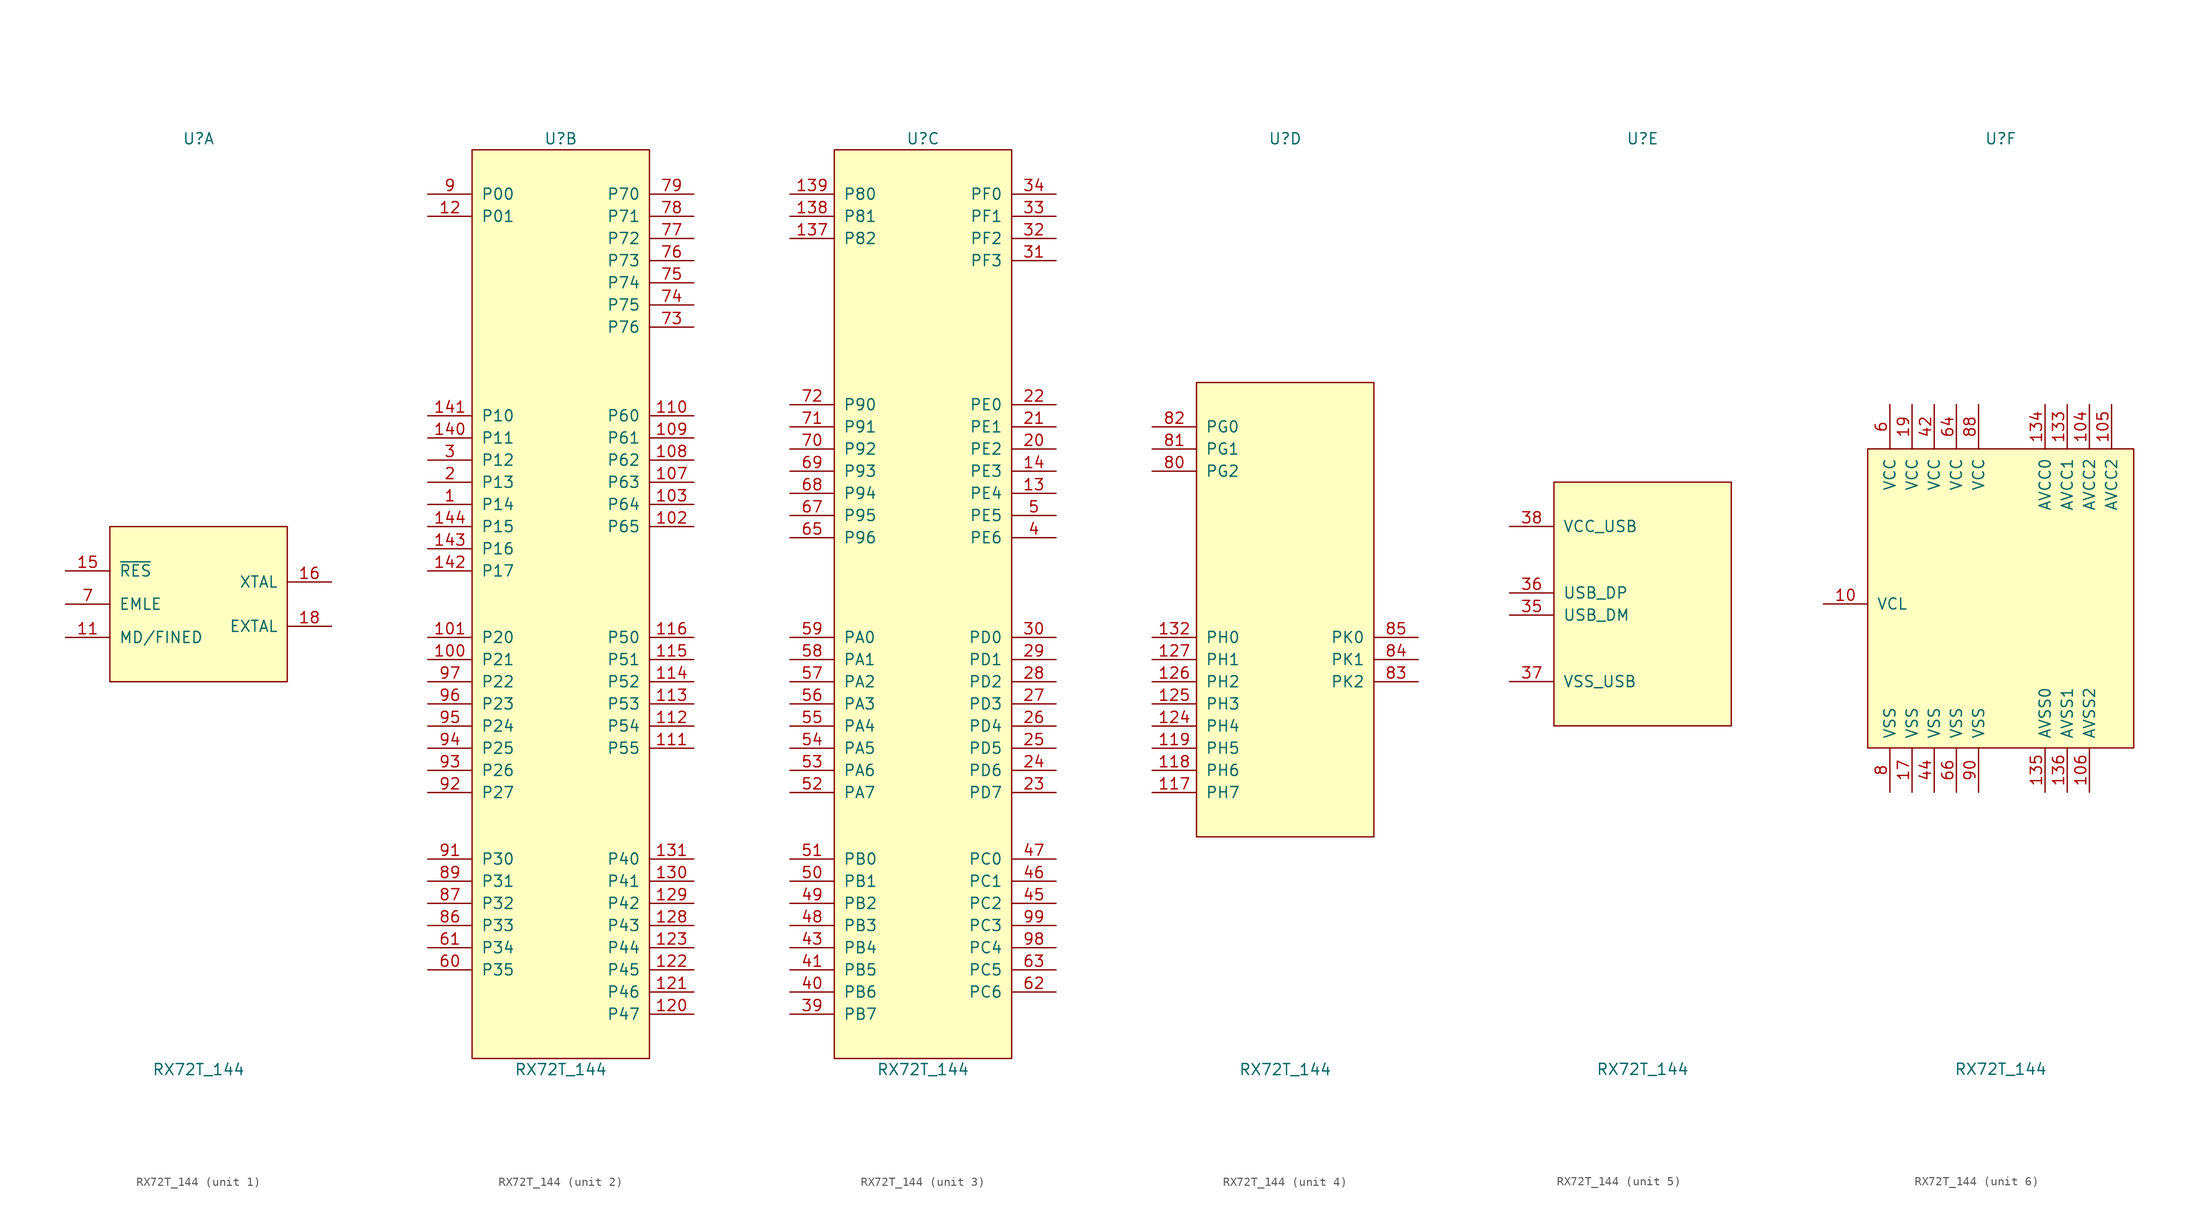
<source format=kicad_sym>
(kicad_symbol_lib
  (version 20211014)
  (generator kicad_symbol_editor)
  (symbol "RX72T_144"
    (pin_names
      (offset 1.016))
    (property "Reference" "U"
      (at 0 53.34 0)
      (effects (font (size 1.27 1.27))))
    (property "Value" "RX72T_144"
      (at 0 -53.34 0)
      (effects (font (size 1.27 1.27))))
    (property "ki_locked" ""
      (at 0 0 0)
      (effects (font (size 1.27 1.27))))
    (symbol "RX72T_144_1_1"
      (rectangle (start -10.16 8.89) (end 10.16 -8.89) (stroke (width 0) (type default) (color 0 0 0 0)) (fill (type background)))
      (pin bidirectional line (at -15.24 -3.81 0) (length 5.08) (name "MD/FINED" (effects (font (size 1.27 1.27)))) (number "11" (effects (font (size 1.27 1.27)))))
      (pin input line (at -15.24 3.81 0) (length 5.08) (name "~{RES}" (effects (font (size 1.27 1.27)))) (number "15" (effects (font (size 1.27 1.27)))))
      (pin passive line (at 15.24 2.54 180) (length 5.08) (name "XTAL" (effects (font (size 1.27 1.27)))) (number "16" (effects (font (size 1.27 1.27)))))
      (pin passive line (at 15.24 -2.54 180) (length 5.08) (name "EXTAL" (effects (font (size 1.27 1.27)))) (number "18" (effects (font (size 1.27 1.27)))))
      (pin bidirectional line (at -15.24 0 0) (length 5.08) (name "EMLE" (effects (font (size 1.27 1.27)))) (number "7" (effects (font (size 1.27 1.27))))))
    (symbol "RX72T_144_2_1"
      (rectangle (start -10.16 52.07) (end 10.16 -52.07) (stroke (width 0) (type default) (color 0 0 0 0)) (fill (type background)))
      (pin bidirectional line (at -15.24 11.43 0) (length 5.08) (name "P14" (effects (font (size 1.27 1.27)))) (number "1" (effects (font (size 1.27 1.27)))))
      (pin bidirectional line (at -15.24 -6.35 0) (length 5.08) (name "P21" (effects (font (size 1.27 1.27)))) (number "100" (effects (font (size 1.27 1.27)))))
      (pin bidirectional line (at -15.24 -3.81 0) (length 5.08) (name "P20" (effects (font (size 1.27 1.27)))) (number "101" (effects (font (size 1.27 1.27)))))
      (pin bidirectional line (at 15.24 8.89 180) (length 5.08) (name "P65" (effects (font (size 1.27 1.27)))) (number "102" (effects (font (size 1.27 1.27)))))
      (pin bidirectional line (at 15.24 11.43 180) (length 5.08) (name "P64" (effects (font (size 1.27 1.27)))) (number "103" (effects (font (size 1.27 1.27)))))
      (pin bidirectional line (at 15.24 13.97 180) (length 5.08) (name "P63" (effects (font (size 1.27 1.27)))) (number "107" (effects (font (size 1.27 1.27)))))
      (pin bidirectional line (at 15.24 16.51 180) (length 5.08) (name "P62" (effects (font (size 1.27 1.27)))) (number "108" (effects (font (size 1.27 1.27)))))
      (pin bidirectional line (at 15.24 19.05 180) (length 5.08) (name "P61" (effects (font (size 1.27 1.27)))) (number "109" (effects (font (size 1.27 1.27)))))
      (pin bidirectional line (at 15.24 21.59 180) (length 5.08) (name "P60" (effects (font (size 1.27 1.27)))) (number "110" (effects (font (size 1.27 1.27)))))
      (pin bidirectional line (at 15.24 -16.51 180) (length 5.08) (name "P55" (effects (font (size 1.27 1.27)))) (number "111" (effects (font (size 1.27 1.27)))))
      (pin bidirectional line (at 15.24 -13.97 180) (length 5.08) (name "P54" (effects (font (size 1.27 1.27)))) (number "112" (effects (font (size 1.27 1.27)))))
      (pin bidirectional line (at 15.24 -11.43 180) (length 5.08) (name "P53" (effects (font (size 1.27 1.27)))) (number "113" (effects (font (size 1.27 1.27)))))
      (pin bidirectional line (at 15.24 -8.89 180) (length 5.08) (name "P52" (effects (font (size 1.27 1.27)))) (number "114" (effects (font (size 1.27 1.27)))))
      (pin bidirectional line (at 15.24 -6.35 180) (length 5.08) (name "P51" (effects (font (size 1.27 1.27)))) (number "115" (effects (font (size 1.27 1.27)))))
      (pin bidirectional line (at 15.24 -3.81 180) (length 5.08) (name "P50" (effects (font (size 1.27 1.27)))) (number "116" (effects (font (size 1.27 1.27)))))
      (pin bidirectional line (at -15.24 44.45 0) (length 5.08) (name "P01" (effects (font (size 1.27 1.27)))) (number "12" (effects (font (size 1.27 1.27)))))
      (pin bidirectional line (at 15.24 -46.99 180) (length 5.08) (name "P47" (effects (font (size 1.27 1.27)))) (number "120" (effects (font (size 1.27 1.27)))))
      (pin bidirectional line (at 15.24 -44.45 180) (length 5.08) (name "P46" (effects (font (size 1.27 1.27)))) (number "121" (effects (font (size 1.27 1.27)))))
      (pin bidirectional line (at 15.24 -41.91 180) (length 5.08) (name "P45" (effects (font (size 1.27 1.27)))) (number "122" (effects (font (size 1.27 1.27)))))
      (pin bidirectional line (at 15.24 -39.37 180) (length 5.08) (name "P44" (effects (font (size 1.27 1.27)))) (number "123" (effects (font (size 1.27 1.27)))))
      (pin bidirectional line (at 15.24 -36.83 180) (length 5.08) (name "P43" (effects (font (size 1.27 1.27)))) (number "128" (effects (font (size 1.27 1.27)))))
      (pin bidirectional line (at 15.24 -34.29 180) (length 5.08) (name "P42" (effects (font (size 1.27 1.27)))) (number "129" (effects (font (size 1.27 1.27)))))
      (pin bidirectional line (at 15.24 -31.75 180) (length 5.08) (name "P41" (effects (font (size 1.27 1.27)))) (number "130" (effects (font (size 1.27 1.27)))))
      (pin bidirectional line (at 15.24 -29.21 180) (length 5.08) (name "P40" (effects (font (size 1.27 1.27)))) (number "131" (effects (font (size 1.27 1.27)))))
      (pin bidirectional line (at -15.24 19.05 0) (length 5.08) (name "P11" (effects (font (size 1.27 1.27)))) (number "140" (effects (font (size 1.27 1.27)))))
      (pin bidirectional line (at -15.24 21.59 0) (length 5.08) (name "P10" (effects (font (size 1.27 1.27)))) (number "141" (effects (font (size 1.27 1.27)))))
      (pin bidirectional line (at -15.24 3.81 0) (length 5.08) (name "P17" (effects (font (size 1.27 1.27)))) (number "142" (effects (font (size 1.27 1.27)))))
      (pin bidirectional line (at -15.24 6.35 0) (length 5.08) (name "P16" (effects (font (size 1.27 1.27)))) (number "143" (effects (font (size 1.27 1.27)))))
      (pin bidirectional line (at -15.24 8.89 0) (length 5.08) (name "P15" (effects (font (size 1.27 1.27)))) (number "144" (effects (font (size 1.27 1.27)))))
      (pin bidirectional line (at -15.24 13.97 0) (length 5.08) (name "P13" (effects (font (size 1.27 1.27)))) (number "2" (effects (font (size 1.27 1.27)))))
      (pin bidirectional line (at -15.24 16.51 0) (length 5.08) (name "P12" (effects (font (size 1.27 1.27)))) (number "3" (effects (font (size 1.27 1.27)))))
      (pin bidirectional line (at -15.24 -41.91 0) (length 5.08) (name "P35" (effects (font (size 1.27 1.27)))) (number "60" (effects (font (size 1.27 1.27)))))
      (pin bidirectional line (at -15.24 -39.37 0) (length 5.08) (name "P34" (effects (font (size 1.27 1.27)))) (number "61" (effects (font (size 1.27 1.27)))))
      (pin bidirectional line (at 15.24 31.75 180) (length 5.08) (name "P76" (effects (font (size 1.27 1.27)))) (number "73" (effects (font (size 1.27 1.27)))))
      (pin bidirectional line (at 15.24 34.29 180) (length 5.08) (name "P75" (effects (font (size 1.27 1.27)))) (number "74" (effects (font (size 1.27 1.27)))))
      (pin bidirectional line (at 15.24 36.83 180) (length 5.08) (name "P74" (effects (font (size 1.27 1.27)))) (number "75" (effects (font (size 1.27 1.27)))))
      (pin bidirectional line (at 15.24 39.37 180) (length 5.08) (name "P73" (effects (font (size 1.27 1.27)))) (number "76" (effects (font (size 1.27 1.27)))))
      (pin bidirectional line (at 15.24 41.91 180) (length 5.08) (name "P72" (effects (font (size 1.27 1.27)))) (number "77" (effects (font (size 1.27 1.27)))))
      (pin bidirectional line (at 15.24 44.45 180) (length 5.08) (name "P71" (effects (font (size 1.27 1.27)))) (number "78" (effects (font (size 1.27 1.27)))))
      (pin bidirectional line (at 15.24 46.99 180) (length 5.08) (name "P70" (effects (font (size 1.27 1.27)))) (number "79" (effects (font (size 1.27 1.27)))))
      (pin bidirectional line (at -15.24 -36.83 0) (length 5.08) (name "P33" (effects (font (size 1.27 1.27)))) (number "86" (effects (font (size 1.27 1.27)))))
      (pin bidirectional line (at -15.24 -34.29 0) (length 5.08) (name "P32" (effects (font (size 1.27 1.27)))) (number "87" (effects (font (size 1.27 1.27)))))
      (pin bidirectional line (at -15.24 -31.75 0) (length 5.08) (name "P31" (effects (font (size 1.27 1.27)))) (number "89" (effects (font (size 1.27 1.27)))))
      (pin bidirectional line (at -15.24 46.99 0) (length 5.08) (name "P00" (effects (font (size 1.27 1.27)))) (number "9" (effects (font (size 1.27 1.27)))))
      (pin bidirectional line (at -15.24 -29.21 0) (length 5.08) (name "P30" (effects (font (size 1.27 1.27)))) (number "91" (effects (font (size 1.27 1.27)))))
      (pin bidirectional line (at -15.24 -21.59 0) (length 5.08) (name "P27" (effects (font (size 1.27 1.27)))) (number "92" (effects (font (size 1.27 1.27)))))
      (pin bidirectional line (at -15.24 -19.05 0) (length 5.08) (name "P26" (effects (font (size 1.27 1.27)))) (number "93" (effects (font (size 1.27 1.27)))))
      (pin bidirectional line (at -15.24 -16.51 0) (length 5.08) (name "P25" (effects (font (size 1.27 1.27)))) (number "94" (effects (font (size 1.27 1.27)))))
      (pin bidirectional line (at -15.24 -13.97 0) (length 5.08) (name "P24" (effects (font (size 1.27 1.27)))) (number "95" (effects (font (size 1.27 1.27)))))
      (pin bidirectional line (at -15.24 -11.43 0) (length 5.08) (name "P23" (effects (font (size 1.27 1.27)))) (number "96" (effects (font (size 1.27 1.27)))))
      (pin bidirectional line (at -15.24 -8.89 0) (length 5.08) (name "P22" (effects (font (size 1.27 1.27)))) (number "97" (effects (font (size 1.27 1.27))))))
    (symbol "RX72T_144_3_1"
      (rectangle (start -10.16 52.07) (end 10.16 -52.07) (stroke (width 0) (type default) (color 0 0 0 0)) (fill (type background)))
      (pin bidirectional line (at 15.24 12.7 180) (length 5.08) (name "PE4" (effects (font (size 1.27 1.27)))) (number "13" (effects (font (size 1.27 1.27)))))
      (pin bidirectional line (at -15.24 41.91 0) (length 5.08) (name "P82" (effects (font (size 1.27 1.27)))) (number "137" (effects (font (size 1.27 1.27)))))
      (pin bidirectional line (at -15.24 44.45 0) (length 5.08) (name "P81" (effects (font (size 1.27 1.27)))) (number "138" (effects (font (size 1.27 1.27)))))
      (pin bidirectional line (at -15.24 46.99 0) (length 5.08) (name "P80" (effects (font (size 1.27 1.27)))) (number "139" (effects (font (size 1.27 1.27)))))
      (pin bidirectional line (at 15.24 15.24 180) (length 5.08) (name "PE3" (effects (font (size 1.27 1.27)))) (number "14" (effects (font (size 1.27 1.27)))))
      (pin bidirectional line (at 15.24 17.78 180) (length 5.08) (name "PE2" (effects (font (size 1.27 1.27)))) (number "20" (effects (font (size 1.27 1.27)))))
      (pin bidirectional line (at 15.24 20.32 180) (length 5.08) (name "PE1" (effects (font (size 1.27 1.27)))) (number "21" (effects (font (size 1.27 1.27)))))
      (pin bidirectional line (at 15.24 22.86 180) (length 5.08) (name "PE0" (effects (font (size 1.27 1.27)))) (number "22" (effects (font (size 1.27 1.27)))))
      (pin bidirectional line (at 15.24 -21.59 180) (length 5.08) (name "PD7" (effects (font (size 1.27 1.27)))) (number "23" (effects (font (size 1.27 1.27)))))
      (pin bidirectional line (at 15.24 -19.05 180) (length 5.08) (name "PD6" (effects (font (size 1.27 1.27)))) (number "24" (effects (font (size 1.27 1.27)))))
      (pin bidirectional line (at 15.24 -16.51 180) (length 5.08) (name "PD5" (effects (font (size 1.27 1.27)))) (number "25" (effects (font (size 1.27 1.27)))))
      (pin bidirectional line (at 15.24 -13.97 180) (length 5.08) (name "PD4" (effects (font (size 1.27 1.27)))) (number "26" (effects (font (size 1.27 1.27)))))
      (pin bidirectional line (at 15.24 -11.43 180) (length 5.08) (name "PD3" (effects (font (size 1.27 1.27)))) (number "27" (effects (font (size 1.27 1.27)))))
      (pin bidirectional line (at 15.24 -8.89 180) (length 5.08) (name "PD2" (effects (font (size 1.27 1.27)))) (number "28" (effects (font (size 1.27 1.27)))))
      (pin bidirectional line (at 15.24 -6.35 180) (length 5.08) (name "PD1" (effects (font (size 1.27 1.27)))) (number "29" (effects (font (size 1.27 1.27)))))
      (pin bidirectional line (at 15.24 -3.81 180) (length 5.08) (name "PD0" (effects (font (size 1.27 1.27)))) (number "30" (effects (font (size 1.27 1.27)))))
      (pin bidirectional line (at 15.24 39.37 180) (length 5.08) (name "PF3" (effects (font (size 1.27 1.27)))) (number "31" (effects (font (size 1.27 1.27)))))
      (pin bidirectional line (at 15.24 41.91 180) (length 5.08) (name "PF2" (effects (font (size 1.27 1.27)))) (number "32" (effects (font (size 1.27 1.27)))))
      (pin bidirectional line (at 15.24 44.45 180) (length 5.08) (name "PF1" (effects (font (size 1.27 1.27)))) (number "33" (effects (font (size 1.27 1.27)))))
      (pin bidirectional line (at 15.24 46.99 180) (length 5.08) (name "PF0" (effects (font (size 1.27 1.27)))) (number "34" (effects (font (size 1.27 1.27)))))
      (pin bidirectional line (at -15.24 -46.99 0) (length 5.08) (name "PB7" (effects (font (size 1.27 1.27)))) (number "39" (effects (font (size 1.27 1.27)))))
      (pin bidirectional line (at 15.24 7.62 180) (length 5.08) (name "PE6" (effects (font (size 1.27 1.27)))) (number "4" (effects (font (size 1.27 1.27)))))
      (pin bidirectional line (at -15.24 -44.45 0) (length 5.08) (name "PB6" (effects (font (size 1.27 1.27)))) (number "40" (effects (font (size 1.27 1.27)))))
      (pin bidirectional line (at -15.24 -41.91 0) (length 5.08) (name "PB5" (effects (font (size 1.27 1.27)))) (number "41" (effects (font (size 1.27 1.27)))))
      (pin bidirectional line (at -15.24 -39.37 0) (length 5.08) (name "PB4" (effects (font (size 1.27 1.27)))) (number "43" (effects (font (size 1.27 1.27)))))
      (pin bidirectional line (at 15.24 -34.29 180) (length 5.08) (name "PC2" (effects (font (size 1.27 1.27)))) (number "45" (effects (font (size 1.27 1.27)))))
      (pin bidirectional line (at 15.24 -31.75 180) (length 5.08) (name "PC1" (effects (font (size 1.27 1.27)))) (number "46" (effects (font (size 1.27 1.27)))))
      (pin bidirectional line (at 15.24 -29.21 180) (length 5.08) (name "PC0" (effects (font (size 1.27 1.27)))) (number "47" (effects (font (size 1.27 1.27)))))
      (pin bidirectional line (at -15.24 -36.83 0) (length 5.08) (name "PB3" (effects (font (size 1.27 1.27)))) (number "48" (effects (font (size 1.27 1.27)))))
      (pin bidirectional line (at -15.24 -34.29 0) (length 5.08) (name "PB2" (effects (font (size 1.27 1.27)))) (number "49" (effects (font (size 1.27 1.27)))))
      (pin bidirectional line (at 15.24 10.16 180) (length 5.08) (name "PE5" (effects (font (size 1.27 1.27)))) (number "5" (effects (font (size 1.27 1.27)))))
      (pin bidirectional line (at -15.24 -31.75 0) (length 5.08) (name "PB1" (effects (font (size 1.27 1.27)))) (number "50" (effects (font (size 1.27 1.27)))))
      (pin bidirectional line (at -15.24 -29.21 0) (length 5.08) (name "PB0" (effects (font (size 1.27 1.27)))) (number "51" (effects (font (size 1.27 1.27)))))
      (pin bidirectional line (at -15.24 -21.59 0) (length 5.08) (name "PA7" (effects (font (size 1.27 1.27)))) (number "52" (effects (font (size 1.27 1.27)))))
      (pin bidirectional line (at -15.24 -19.05 0) (length 5.08) (name "PA6" (effects (font (size 1.27 1.27)))) (number "53" (effects (font (size 1.27 1.27)))))
      (pin bidirectional line (at -15.24 -16.51 0) (length 5.08) (name "PA5" (effects (font (size 1.27 1.27)))) (number "54" (effects (font (size 1.27 1.27)))))
      (pin bidirectional line (at -15.24 -13.97 0) (length 5.08) (name "PA4" (effects (font (size 1.27 1.27)))) (number "55" (effects (font (size 1.27 1.27)))))
      (pin bidirectional line (at -15.24 -11.43 0) (length 5.08) (name "PA3" (effects (font (size 1.27 1.27)))) (number "56" (effects (font (size 1.27 1.27)))))
      (pin bidirectional line (at -15.24 -8.89 0) (length 5.08) (name "PA2" (effects (font (size 1.27 1.27)))) (number "57" (effects (font (size 1.27 1.27)))))
      (pin bidirectional line (at -15.24 -6.35 0) (length 5.08) (name "PA1" (effects (font (size 1.27 1.27)))) (number "58" (effects (font (size 1.27 1.27)))))
      (pin bidirectional line (at -15.24 -3.81 0) (length 5.08) (name "PA0" (effects (font (size 1.27 1.27)))) (number "59" (effects (font (size 1.27 1.27)))))
      (pin bidirectional line (at 15.24 -44.45 180) (length 5.08) (name "PC6" (effects (font (size 1.27 1.27)))) (number "62" (effects (font (size 1.27 1.27)))))
      (pin bidirectional line (at 15.24 -41.91 180) (length 5.08) (name "PC5" (effects (font (size 1.27 1.27)))) (number "63" (effects (font (size 1.27 1.27)))))
      (pin bidirectional line (at -15.24 7.62 0) (length 5.08) (name "P96" (effects (font (size 1.27 1.27)))) (number "65" (effects (font (size 1.27 1.27)))))
      (pin bidirectional line (at -15.24 10.16 0) (length 5.08) (name "P95" (effects (font (size 1.27 1.27)))) (number "67" (effects (font (size 1.27 1.27)))))
      (pin bidirectional line (at -15.24 12.7 0) (length 5.08) (name "P94" (effects (font (size 1.27 1.27)))) (number "68" (effects (font (size 1.27 1.27)))))
      (pin bidirectional line (at -15.24 15.24 0) (length 5.08) (name "P93" (effects (font (size 1.27 1.27)))) (number "69" (effects (font (size 1.27 1.27)))))
      (pin bidirectional line (at -15.24 17.78 0) (length 5.08) (name "P92" (effects (font (size 1.27 1.27)))) (number "70" (effects (font (size 1.27 1.27)))))
      (pin bidirectional line (at -15.24 20.32 0) (length 5.08) (name "P91" (effects (font (size 1.27 1.27)))) (number "71" (effects (font (size 1.27 1.27)))))
      (pin bidirectional line (at -15.24 22.86 0) (length 5.08) (name "P90" (effects (font (size 1.27 1.27)))) (number "72" (effects (font (size 1.27 1.27)))))
      (pin bidirectional line (at 15.24 -39.37 180) (length 5.08) (name "PC4" (effects (font (size 1.27 1.27)))) (number "98" (effects (font (size 1.27 1.27)))))
      (pin bidirectional line (at 15.24 -36.83 180) (length 5.08) (name "PC3" (effects (font (size 1.27 1.27)))) (number "99" (effects (font (size 1.27 1.27))))))
    (symbol "RX72T_144_4_1"
      (rectangle (start -10.16 25.4) (end 10.16 -26.67) (stroke (width 0) (type default) (color 0 0 0 0)) (fill (type background)))
      (pin bidirectional line (at -15.24 -21.59 0) (length 5.08) (name "PH7" (effects (font (size 1.27 1.27)))) (number "117" (effects (font (size 1.27 1.27)))))
      (pin bidirectional line (at -15.24 -19.05 0) (length 5.08) (name "PH6" (effects (font (size 1.27 1.27)))) (number "118" (effects (font (size 1.27 1.27)))))
      (pin bidirectional line (at -15.24 -16.51 0) (length 5.08) (name "PH5" (effects (font (size 1.27 1.27)))) (number "119" (effects (font (size 1.27 1.27)))))
      (pin bidirectional line (at -15.24 -13.97 0) (length 5.08) (name "PH4" (effects (font (size 1.27 1.27)))) (number "124" (effects (font (size 1.27 1.27)))))
      (pin bidirectional line (at -15.24 -11.43 0) (length 5.08) (name "PH3" (effects (font (size 1.27 1.27)))) (number "125" (effects (font (size 1.27 1.27)))))
      (pin bidirectional line (at -15.24 -8.89 0) (length 5.08) (name "PH2" (effects (font (size 1.27 1.27)))) (number "126" (effects (font (size 1.27 1.27)))))
      (pin bidirectional line (at -15.24 -6.35 0) (length 5.08) (name "PH1" (effects (font (size 1.27 1.27)))) (number "127" (effects (font (size 1.27 1.27)))))
      (pin bidirectional line (at -15.24 -3.81 0) (length 5.08) (name "PH0" (effects (font (size 1.27 1.27)))) (number "132" (effects (font (size 1.27 1.27)))))
      (pin bidirectional line (at -15.24 15.24 0) (length 5.08) (name "PG2" (effects (font (size 1.27 1.27)))) (number "80" (effects (font (size 1.27 1.27)))))
      (pin bidirectional line (at -15.24 17.78 0) (length 5.08) (name "PG1" (effects (font (size 1.27 1.27)))) (number "81" (effects (font (size 1.27 1.27)))))
      (pin bidirectional line (at -15.24 20.32 0) (length 5.08) (name "PG0" (effects (font (size 1.27 1.27)))) (number "82" (effects (font (size 1.27 1.27)))))
      (pin bidirectional line (at 15.24 -8.89 180) (length 5.08) (name "PK2" (effects (font (size 1.27 1.27)))) (number "83" (effects (font (size 1.27 1.27)))))
      (pin bidirectional line (at 15.24 -6.35 180) (length 5.08) (name "PK1" (effects (font (size 1.27 1.27)))) (number "84" (effects (font (size 1.27 1.27)))))
      (pin bidirectional line (at 15.24 -3.81 180) (length 5.08) (name "PK0" (effects (font (size 1.27 1.27)))) (number "85" (effects (font (size 1.27 1.27))))))
    (symbol "RX72T_144_5_1"
      (rectangle (start -10.16 13.97) (end 10.16 -13.97) (stroke (width 0) (type default) (color 0 0 0 0)) (fill (type background)))
      (pin bidirectional line (at -15.24 -1.27 0) (length 5.08) (name "USB_DM" (effects (font (size 1.27 1.27)))) (number "35" (effects (font (size 1.27 1.27)))))
      (pin bidirectional line (at -15.24 1.27 0) (length 5.08) (name "USB_DP" (effects (font (size 1.27 1.27)))) (number "36" (effects (font (size 1.27 1.27)))))
      (pin bidirectional line (at -15.24 -8.89 0) (length 5.08) (name "VSS_USB" (effects (font (size 1.27 1.27)))) (number "37" (effects (font (size 1.27 1.27)))))
      (pin bidirectional line (at -15.24 8.89 0) (length 5.08) (name "VCC_USB" (effects (font (size 1.27 1.27)))) (number "38" (effects (font (size 1.27 1.27))))))
    (symbol "RX72T_144_6_1"
      (rectangle (start -15.24 17.78) (end 15.24 -16.51) (stroke (width 0) (type default) (color 0 0 0 0)) (fill (type background)))
      (pin input line (at -20.32 0 0) (length 5.08) (name "VCL" (effects (font (size 1.27 1.27)))) (number "10" (effects (font (size 1.27 1.27)))))
      (pin input line (at 10.16 22.86 270) (length 5.08) (name "AVCC2" (effects (font (size 1.27 1.27)))) (number "104" (effects (font (size 1.27 1.27)))))
      (pin input line (at 12.7 22.86 270) (length 5.08) (name "AVCC2" (effects (font (size 1.27 1.27)))) (number "105" (effects (font (size 1.27 1.27)))))
      (pin input line (at 10.16 -21.59 90) (length 5.08) (name "AVSS2" (effects (font (size 1.27 1.27)))) (number "106" (effects (font (size 1.27 1.27)))))
      (pin input line (at 7.62 22.86 270) (length 5.08) (name "AVCC1" (effects (font (size 1.27 1.27)))) (number "133" (effects (font (size 1.27 1.27)))))
      (pin input line (at 5.08 22.86 270) (length 5.08) (name "AVCC0" (effects (font (size 1.27 1.27)))) (number "134" (effects (font (size 1.27 1.27)))))
      (pin input line (at 5.08 -21.59 90) (length 5.08) (name "AVSS0" (effects (font (size 1.27 1.27)))) (number "135" (effects (font (size 1.27 1.27)))))
      (pin input line (at 7.62 -21.59 90) (length 5.08) (name "AVSS1" (effects (font (size 1.27 1.27)))) (number "136" (effects (font (size 1.27 1.27)))))
      (pin power_in line (at -10.16 -21.59 90) (length 5.08) (name "VSS" (effects (font (size 1.27 1.27)))) (number "17" (effects (font (size 1.27 1.27)))))
      (pin power_in line (at -10.16 22.86 270) (length 5.08) (name "VCC" (effects (font (size 1.27 1.27)))) (number "19" (effects (font (size 1.27 1.27)))))
      (pin power_in line (at -7.62 22.86 270) (length 5.08) (name "VCC" (effects (font (size 1.27 1.27)))) (number "42" (effects (font (size 1.27 1.27)))))
      (pin power_in line (at -7.62 -21.59 90) (length 5.08) (name "VSS" (effects (font (size 1.27 1.27)))) (number "44" (effects (font (size 1.27 1.27)))))
      (pin power_in line (at -12.7 22.86 270) (length 5.08) (name "VCC" (effects (font (size 1.27 1.27)))) (number "6" (effects (font (size 1.27 1.27)))))
      (pin power_in line (at -5.08 22.86 270) (length 5.08) (name "VCC" (effects (font (size 1.27 1.27)))) (number "64" (effects (font (size 1.27 1.27)))))
      (pin power_in line (at -5.08 -21.59 90) (length 5.08) (name "VSS" (effects (font (size 1.27 1.27)))) (number "66" (effects (font (size 1.27 1.27)))))
      (pin power_in line (at -12.7 -21.59 90) (length 5.08) (name "VSS" (effects (font (size 1.27 1.27)))) (number "8" (effects (font (size 1.27 1.27)))))
      (pin power_in line (at -2.54 22.86 270) (length 5.08) (name "VCC" (effects (font (size 1.27 1.27)))) (number "88" (effects (font (size 1.27 1.27)))))
      (pin power_in line (at -2.54 -21.59 90) (length 5.08) (name "VSS" (effects (font (size 1.27 1.27)))) (number "90" (effects (font (size 1.27 1.27))))))))
</source>
